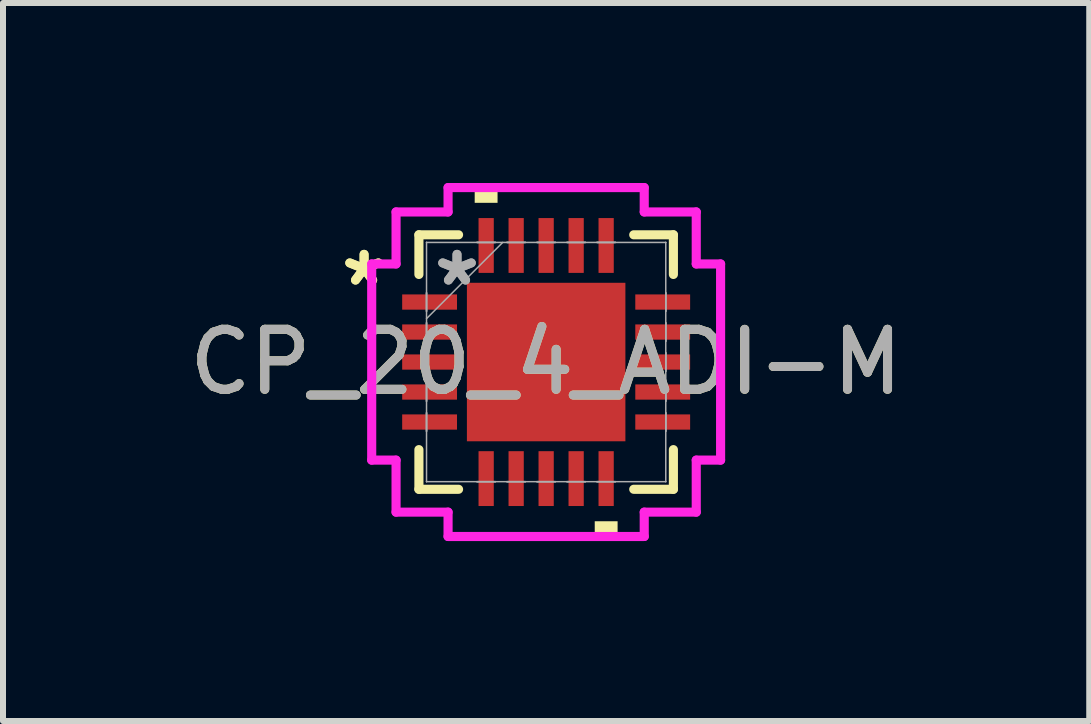
<source format=kicad_pcb>
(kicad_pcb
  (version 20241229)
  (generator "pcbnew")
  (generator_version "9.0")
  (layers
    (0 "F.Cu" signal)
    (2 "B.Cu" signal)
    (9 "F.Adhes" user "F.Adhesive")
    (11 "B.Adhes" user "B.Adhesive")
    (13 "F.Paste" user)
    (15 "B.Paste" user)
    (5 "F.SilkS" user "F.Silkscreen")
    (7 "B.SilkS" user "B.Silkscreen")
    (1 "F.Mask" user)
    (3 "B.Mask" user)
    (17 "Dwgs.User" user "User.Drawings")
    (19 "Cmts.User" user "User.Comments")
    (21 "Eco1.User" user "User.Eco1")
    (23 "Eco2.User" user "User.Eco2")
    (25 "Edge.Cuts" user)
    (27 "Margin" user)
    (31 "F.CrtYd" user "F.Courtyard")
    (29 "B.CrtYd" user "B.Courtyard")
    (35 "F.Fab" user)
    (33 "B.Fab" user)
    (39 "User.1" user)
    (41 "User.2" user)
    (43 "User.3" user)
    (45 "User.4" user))
  (footprint "CP_20_4_ADI-M"
    (layer "F.Cu")
    (at 6.054 2.985)
    (property "Reference" "CP_20_4_ADI-M" (at 0 0 0) (unlocked yes) (layer "F.SilkS") (effects (font (size 1 1) (thickness 0.15))))
    (attr smd)
    (fp_line (start -2.121 -2.121) (end -2.121 -1.46) (stroke (width 0.152) (type solid)) (layer "F.SilkS"))
    (fp_line (start -2.121 1.46) (end -2.121 2.121) (stroke (width 0.152) (type solid)) (layer "F.SilkS"))
    (fp_line (start -2.121 2.121) (end -1.46 2.121) (stroke (width 0.152) (type solid)) (layer "F.SilkS"))
    (fp_line (start -1.46 -2.121) (end -2.121 -2.121) (stroke (width 0.152) (type solid)) (layer "F.SilkS"))
    (fp_line (start 1.46 2.121) (end 2.121 2.121) (stroke (width 0.152) (type solid)) (layer "F.SilkS"))
    (fp_line (start 2.121 -2.121) (end 1.46 -2.121) (stroke (width 0.152) (type solid)) (layer "F.SilkS"))
    (fp_line (start 2.121 -1.46) (end 2.121 -2.121) (stroke (width 0.152) (type solid)) (layer "F.SilkS"))
    (fp_line (start 2.121 2.121) (end 2.121 1.46) (stroke (width 0.152) (type solid)) (layer "F.SilkS"))
    (fp_poly (pts (xy -1.191 -2.654) (xy -1.191 -2.908) (xy -0.81 -2.908) (xy -0.81 -2.654)) (stroke (width 0) (type solid)) (fill yes) (layer "F.SilkS"))
    (fp_poly (pts (xy 0.81 2.654) (xy 0.81 2.908) (xy 1.191 2.908) (xy 1.191 2.654)) (stroke (width 0) (type solid)) (fill yes) (layer "F.SilkS"))
    (fp_poly (pts (xy -1.221 -1.221) (xy -1.221 -0.1) (xy -0.1 -0.1) (xy -0.1 -1.221)) (stroke (width 0) (type solid)) (fill yes) (layer "F.Paste"))
    (fp_poly (pts (xy -1.221 0.1) (xy -1.221 1.221) (xy -0.1 1.221) (xy -0.1 0.1)) (stroke (width 0) (type solid)) (fill yes) (layer "F.Paste"))
    (fp_poly (pts (xy 0.1 -1.221) (xy 0.1 -0.1) (xy 1.221 -0.1) (xy 1.221 -1.221)) (stroke (width 0) (type solid)) (fill yes) (layer "F.Paste"))
    (fp_poly (pts (xy 0.1 0.1) (xy 0.1 1.221) (xy 1.221 1.221) (xy 1.221 0.1)) (stroke (width 0) (type solid)) (fill yes) (layer "F.Paste"))
    (fp_line (start -2.908 -1.635) (end -2.502 -1.635) (stroke (width 0.152) (type solid)) (layer "F.CrtYd"))
    (fp_line (start -2.908 1.635) (end -2.908 -1.635) (stroke (width 0.152) (type solid)) (layer "F.CrtYd"))
    (fp_line (start -2.502 -2.502) (end -1.635 -2.502) (stroke (width 0.152) (type solid)) (layer "F.CrtYd"))
    (fp_line (start -2.502 -1.635) (end -2.502 -2.502) (stroke (width 0.152) (type solid)) (layer "F.CrtYd"))
    (fp_line (start -2.502 1.635) (end -2.908 1.635) (stroke (width 0.152) (type solid)) (layer "F.CrtYd"))
    (fp_line (start -2.502 2.502) (end -2.502 1.635) (stroke (width 0.152) (type solid)) (layer "F.CrtYd"))
    (fp_line (start -1.635 -2.908) (end 1.635 -2.908) (stroke (width 0.152) (type solid)) (layer "F.CrtYd"))
    (fp_line (start -1.635 -2.502) (end -1.635 -2.908) (stroke (width 0.152) (type solid)) (layer "F.CrtYd"))
    (fp_line (start -1.635 2.502) (end -2.502 2.502) (stroke (width 0.152) (type solid)) (layer "F.CrtYd"))
    (fp_line (start -1.635 2.908) (end -1.635 2.502) (stroke (width 0.152) (type solid)) (layer "F.CrtYd"))
    (fp_line (start 1.635 -2.908) (end 1.635 -2.502) (stroke (width 0.152) (type solid)) (layer "F.CrtYd"))
    (fp_line (start 1.635 -2.502) (end 2.502 -2.502) (stroke (width 0.152) (type solid)) (layer "F.CrtYd"))
    (fp_line (start 1.635 2.502) (end 1.635 2.908) (stroke (width 0.152) (type solid)) (layer "F.CrtYd"))
    (fp_line (start 1.635 2.908) (end -1.635 2.908) (stroke (width 0.152) (type solid)) (layer "F.CrtYd"))
    (fp_line (start 2.502 -2.502) (end 2.502 -1.635) (stroke (width 0.152) (type solid)) (layer "F.CrtYd"))
    (fp_line (start 2.502 -1.635) (end 2.908 -1.635) (stroke (width 0.152) (type solid)) (layer "F.CrtYd"))
    (fp_line (start 2.502 1.635) (end 2.502 2.502) (stroke (width 0.152) (type solid)) (layer "F.CrtYd"))
    (fp_line (start 2.502 2.502) (end 1.635 2.502) (stroke (width 0.152) (type solid)) (layer "F.CrtYd"))
    (fp_line (start 2.908 -1.635) (end 2.908 1.635) (stroke (width 0.152) (type solid)) (layer "F.CrtYd"))
    (fp_line (start 2.908 1.635) (end 2.502 1.635) (stroke (width 0.152) (type solid)) (layer "F.CrtYd"))
    (fp_line (start -1.994 -1.994) (end -1.994 -1.994) (stroke (width 0.025) (type solid)) (layer "F.Fab"))
    (fp_line (start -1.994 -1.994) (end -1.994 1.994) (stroke (width 0.025) (type solid)) (layer "F.Fab"))
    (fp_line (start -1.994 -1.152) (end -1.994 -1.152) (stroke (width 0.025) (type solid)) (layer "F.Fab"))
    (fp_line (start -1.994 -1.152) (end -1.994 -0.848) (stroke (width 0.025) (type solid)) (layer "F.Fab"))
    (fp_line (start -1.994 -0.848) (end -1.994 -1.152) (stroke (width 0.025) (type solid)) (layer "F.Fab"))
    (fp_line (start -1.994 -0.848) (end -1.994 -0.848) (stroke (width 0.025) (type solid)) (layer "F.Fab"))
    (fp_line (start -1.994 -0.724) (end -0.724 -1.994) (stroke (width 0.025) (type solid)) (layer "F.Fab"))
    (fp_line (start -1.994 -0.652) (end -1.994 -0.652) (stroke (width 0.025) (type solid)) (layer "F.Fab"))
    (fp_line (start -1.994 -0.652) (end -1.994 -0.348) (stroke (width 0.025) (type solid)) (layer "F.Fab"))
    (fp_line (start -1.994 -0.348) (end -1.994 -0.652) (stroke (width 0.025) (type solid)) (layer "F.Fab"))
    (fp_line (start -1.994 -0.348) (end -1.994 -0.348) (stroke (width 0.025) (type solid)) (layer "F.Fab"))
    (fp_line (start -1.994 -0.152) (end -1.994 -0.152) (stroke (width 0.025) (type solid)) (layer "F.Fab"))
    (fp_line (start -1.994 -0.152) (end -1.994 0.152) (stroke (width 0.025) (type solid)) (layer "F.Fab"))
    (fp_line (start -1.994 0.152) (end -1.994 -0.152) (stroke (width 0.025) (type solid)) (layer "F.Fab"))
    (fp_line (start -1.994 0.152) (end -1.994 0.152) (stroke (width 0.025) (type solid)) (layer "F.Fab"))
    (fp_line (start -1.994 0.348) (end -1.994 0.348) (stroke (width 0.025) (type solid)) (layer "F.Fab"))
    (fp_line (start -1.994 0.348) (end -1.994 0.652) (stroke (width 0.025) (type solid)) (layer "F.Fab"))
    (fp_line (start -1.994 0.652) (end -1.994 0.348) (stroke (width 0.025) (type solid)) (layer "F.Fab"))
    (fp_line (start -1.994 0.652) (end -1.994 0.652) (stroke (width 0.025) (type solid)) (layer "F.Fab"))
    (fp_line (start -1.994 0.848) (end -1.994 0.848) (stroke (width 0.025) (type solid)) (layer "F.Fab"))
    (fp_line (start -1.994 0.848) (end -1.994 1.152) (stroke (width 0.025) (type solid)) (layer "F.Fab"))
    (fp_line (start -1.994 1.152) (end -1.994 0.848) (stroke (width 0.025) (type solid)) (layer "F.Fab"))
    (fp_line (start -1.994 1.152) (end -1.994 1.152) (stroke (width 0.025) (type solid)) (layer "F.Fab"))
    (fp_line (start -1.994 1.994) (end -1.994 1.994) (stroke (width 0.025) (type solid)) (layer "F.Fab"))
    (fp_line (start -1.994 1.994) (end 1.994 1.994) (stroke (width 0.025) (type solid)) (layer "F.Fab"))
    (fp_line (start -1.152 -1.994) (end -1.152 -1.994) (stroke (width 0.025) (type solid)) (layer "F.Fab"))
    (fp_line (start -1.152 -1.994) (end -0.848 -1.994) (stroke (width 0.025) (type solid)) (layer "F.Fab"))
    (fp_line (start -1.152 1.994) (end -1.152 1.994) (stroke (width 0.025) (type solid)) (layer "F.Fab"))
    (fp_line (start -1.152 1.994) (end -0.848 1.994) (stroke (width 0.025) (type solid)) (layer "F.Fab"))
    (fp_line (start -0.848 -1.994) (end -1.152 -1.994) (stroke (width 0.025) (type solid)) (layer "F.Fab"))
    (fp_line (start -0.848 -1.994) (end -0.848 -1.994) (stroke (width 0.025) (type solid)) (layer "F.Fab"))
    (fp_line (start -0.848 1.994) (end -1.152 1.994) (stroke (width 0.025) (type solid)) (layer "F.Fab"))
    (fp_line (start -0.848 1.994) (end -0.848 1.994) (stroke (width 0.025) (type solid)) (layer "F.Fab"))
    (fp_line (start -0.652 -1.994) (end -0.652 -1.994) (stroke (width 0.025) (type solid)) (layer "F.Fab"))
    (fp_line (start -0.652 -1.994) (end -0.348 -1.994) (stroke (width 0.025) (type solid)) (layer "F.Fab"))
    (fp_line (start -0.652 1.994) (end -0.652 1.994) (stroke (width 0.025) (type solid)) (layer "F.Fab"))
    (fp_line (start -0.652 1.994) (end -0.348 1.994) (stroke (width 0.025) (type solid)) (layer "F.Fab"))
    (fp_line (start -0.348 -1.994) (end -0.652 -1.994) (stroke (width 0.025) (type solid)) (layer "F.Fab"))
    (fp_line (start -0.348 -1.994) (end -0.348 -1.994) (stroke (width 0.025) (type solid)) (layer "F.Fab"))
    (fp_line (start -0.348 1.994) (end -0.652 1.994) (stroke (width 0.025) (type solid)) (layer "F.Fab"))
    (fp_line (start -0.348 1.994) (end -0.348 1.994) (stroke (width 0.025) (type solid)) (layer "F.Fab"))
    (fp_line (start -0.152 -1.994) (end -0.152 -1.994) (stroke (width 0.025) (type solid)) (layer "F.Fab"))
    (fp_line (start -0.152 -1.994) (end 0.152 -1.994) (stroke (width 0.025) (type solid)) (layer "F.Fab"))
    (fp_line (start -0.152 1.994) (end -0.152 1.994) (stroke (width 0.025) (type solid)) (layer "F.Fab"))
    (fp_line (start -0.152 1.994) (end 0.152 1.994) (stroke (width 0.025) (type solid)) (layer "F.Fab"))
    (fp_line (start 0.152 -1.994) (end -0.152 -1.994) (stroke (width 0.025) (type solid)) (layer "F.Fab"))
    (fp_line (start 0.152 -1.994) (end 0.152 -1.994) (stroke (width 0.025) (type solid)) (layer "F.Fab"))
    (fp_line (start 0.152 1.994) (end -0.152 1.994) (stroke (width 0.025) (type solid)) (layer "F.Fab"))
    (fp_line (start 0.152 1.994) (end 0.152 1.994) (stroke (width 0.025) (type solid)) (layer "F.Fab"))
    (fp_line (start 0.348 -1.994) (end 0.348 -1.994) (stroke (width 0.025) (type solid)) (layer "F.Fab"))
    (fp_line (start 0.348 -1.994) (end 0.652 -1.994) (stroke (width 0.025) (type solid)) (layer "F.Fab"))
    (fp_line (start 0.348 1.994) (end 0.348 1.994) (stroke (width 0.025) (type solid)) (layer "F.Fab"))
    (fp_line (start 0.348 1.994) (end 0.652 1.994) (stroke (width 0.025) (type solid)) (layer "F.Fab"))
    (fp_line (start 0.652 -1.994) (end 0.348 -1.994) (stroke (width 0.025) (type solid)) (layer "F.Fab"))
    (fp_line (start 0.652 -1.994) (end 0.652 -1.994) (stroke (width 0.025) (type solid)) (layer "F.Fab"))
    (fp_line (start 0.652 1.994) (end 0.348 1.994) (stroke (width 0.025) (type solid)) (layer "F.Fab"))
    (fp_line (start 0.652 1.994) (end 0.652 1.994) (stroke (width 0.025) (type solid)) (layer "F.Fab"))
    (fp_line (start 0.848 -1.994) (end 0.848 -1.994) (stroke (width 0.025) (type solid)) (layer "F.Fab"))
    (fp_line (start 0.848 -1.994) (end 1.152 -1.994) (stroke (width 0.025) (type solid)) (layer "F.Fab"))
    (fp_line (start 0.848 1.994) (end 0.848 1.994) (stroke (width 0.025) (type solid)) (layer "F.Fab"))
    (fp_line (start 0.848 1.994) (end 1.152 1.994) (stroke (width 0.025) (type solid)) (layer "F.Fab"))
    (fp_line (start 1.152 -1.994) (end 0.848 -1.994) (stroke (width 0.025) (type solid)) (layer "F.Fab"))
    (fp_line (start 1.152 -1.994) (end 1.152 -1.994) (stroke (width 0.025) (type solid)) (layer "F.Fab"))
    (fp_line (start 1.152 1.994) (end 0.848 1.994) (stroke (width 0.025) (type solid)) (layer "F.Fab"))
    (fp_line (start 1.152 1.994) (end 1.152 1.994) (stroke (width 0.025) (type solid)) (layer "F.Fab"))
    (fp_line (start 1.994 -1.994) (end -1.994 -1.994) (stroke (width 0.025) (type solid)) (layer "F.Fab"))
    (fp_line (start 1.994 -1.994) (end 1.994 -1.994) (stroke (width 0.025) (type solid)) (layer "F.Fab"))
    (fp_line (start 1.994 -1.152) (end 1.994 -1.152) (stroke (width 0.025) (type solid)) (layer "F.Fab"))
    (fp_line (start 1.994 -1.152) (end 1.994 -0.848) (stroke (width 0.025) (type solid)) (layer "F.Fab"))
    (fp_line (start 1.994 -0.848) (end 1.994 -1.152) (stroke (width 0.025) (type solid)) (layer "F.Fab"))
    (fp_line (start 1.994 -0.848) (end 1.994 -0.848) (stroke (width 0.025) (type solid)) (layer "F.Fab"))
    (fp_line (start 1.994 -0.652) (end 1.994 -0.652) (stroke (width 0.025) (type solid)) (layer "F.Fab"))
    (fp_line (start 1.994 -0.652) (end 1.994 -0.348) (stroke (width 0.025) (type solid)) (layer "F.Fab"))
    (fp_line (start 1.994 -0.348) (end 1.994 -0.652) (stroke (width 0.025) (type solid)) (layer "F.Fab"))
    (fp_line (start 1.994 -0.348) (end 1.994 -0.348) (stroke (width 0.025) (type solid)) (layer "F.Fab"))
    (fp_line (start 1.994 -0.152) (end 1.994 -0.152) (stroke (width 0.025) (type solid)) (layer "F.Fab"))
    (fp_line (start 1.994 -0.152) (end 1.994 0.152) (stroke (width 0.025) (type solid)) (layer "F.Fab"))
    (fp_line (start 1.994 0.152) (end 1.994 -0.152) (stroke (width 0.025) (type solid)) (layer "F.Fab"))
    (fp_line (start 1.994 0.152) (end 1.994 0.152) (stroke (width 0.025) (type solid)) (layer "F.Fab"))
    (fp_line (start 1.994 0.348) (end 1.994 0.348) (stroke (width 0.025) (type solid)) (layer "F.Fab"))
    (fp_line (start 1.994 0.348) (end 1.994 0.652) (stroke (width 0.025) (type solid)) (layer "F.Fab"))
    (fp_line (start 1.994 0.652) (end 1.994 0.348) (stroke (width 0.025) (type solid)) (layer "F.Fab"))
    (fp_line (start 1.994 0.652) (end 1.994 0.652) (stroke (width 0.025) (type solid)) (layer "F.Fab"))
    (fp_line (start 1.994 0.848) (end 1.994 0.848) (stroke (width 0.025) (type solid)) (layer "F.Fab"))
    (fp_line (start 1.994 0.848) (end 1.994 1.152) (stroke (width 0.025) (type solid)) (layer "F.Fab"))
    (fp_line (start 1.994 1.152) (end 1.994 0.848) (stroke (width 0.025) (type solid)) (layer "F.Fab"))
    (fp_line (start 1.994 1.152) (end 1.994 1.152) (stroke (width 0.025) (type solid)) (layer "F.Fab"))
    (fp_line (start 1.994 1.994) (end 1.994 -1.994) (stroke (width 0.025) (type solid)) (layer "F.Fab"))
    (fp_line (start 1.994 1.994) (end 1.994 1.994) (stroke (width 0.025) (type solid)) (layer "F.Fab"))
    (fp_text user "*" (at -3.035 -1.25 0) (layer "F.SilkS") (effects (font (size 1 1) (thickness 0.15))))
    (fp_text user "*" (at -3.035 -1.25 0) (unlocked yes) (layer "F.SilkS") (effects (font (size 1 1) (thickness 0.15))))
    (fp_text user "*" (at -1.486 -1.25 0) (layer "F.Fab") (effects (font (size 1 1) (thickness 0.15))))
    (fp_text user "*" (at -1.486 -1.25 0) (unlocked yes) (layer "F.Fab") (effects (font (size 1 1) (thickness 0.15))))
    (fp_text user "${REFERENCE}" (at 0 0 0) (unlocked yes) (layer "F.Fab") (effects (font (size 1 1) (thickness 0.15))))
    (pad "1" smd rect (at -1.943 -1 90) (size 0.254 0.914) (layers "F.Cu" "F.Mask" "F.Paste"))
    (pad "2" smd rect (at -1.943 -0.5 90) (size 0.254 0.914) (layers "F.Cu" "F.Mask" "F.Paste"))
    (pad "3" smd rect (at -1.943 0 90) (size 0.254 0.914) (layers "F.Cu" "F.Mask" "F.Paste"))
    (pad "4" smd rect (at -1.943 0.5 90) (size 0.254 0.914) (layers "F.Cu" "F.Mask" "F.Paste"))
    (pad "5" smd rect (at -1.943 1 90) (size 0.254 0.914) (layers "F.Cu" "F.Mask" "F.Paste"))
    (pad "6" smd rect (at -1 1.943) (size 0.254 0.914) (layers "F.Cu" "F.Mask" "F.Paste"))
    (pad "7" smd rect (at -0.5 1.943) (size 0.254 0.914) (layers "F.Cu" "F.Mask" "F.Paste"))
    (pad "8" smd rect (at 0 1.943) (size 0.254 0.914) (layers "F.Cu" "F.Mask" "F.Paste"))
    (pad "9" smd rect (at 0.5 1.943) (size 0.254 0.914) (layers "F.Cu" "F.Mask" "F.Paste"))
    (pad "10" smd rect (at 1 1.943) (size 0.254 0.914) (layers "F.Cu" "F.Mask" "F.Paste"))
    (pad "11" smd rect (at 1.943 1 90) (size 0.254 0.914) (layers "F.Cu" "F.Mask" "F.Paste"))
    (pad "12" smd rect (at 1.943 0.5 90) (size 0.254 0.914) (layers "F.Cu" "F.Mask" "F.Paste"))
    (pad "13" smd rect (at 1.943 0 90) (size 0.254 0.914) (layers "F.Cu" "F.Mask" "F.Paste"))
    (pad "14" smd rect (at 1.943 -0.5 90) (size 0.254 0.914) (layers "F.Cu" "F.Mask" "F.Paste"))
    (pad "15" smd rect (at 1.943 -1 90) (size 0.254 0.914) (layers "F.Cu" "F.Mask" "F.Paste"))
    (pad "16" smd rect (at 1 -1.943) (size 0.254 0.914) (layers "F.Cu" "F.Mask" "F.Paste"))
    (pad "17" smd rect (at 0.5 -1.943) (size 0.254 0.914) (layers "F.Cu" "F.Mask" "F.Paste"))
    (pad "18" smd rect (at 0 -1.943) (size 0.254 0.914) (layers "F.Cu" "F.Mask" "F.Paste"))
    (pad "19" smd rect (at -0.5 -1.943) (size 0.254 0.914) (layers "F.Cu" "F.Mask" "F.Paste"))
    (pad "20" smd rect (at -1 -1.943) (size 0.254 0.914) (layers "F.Cu" "F.Mask" "F.Paste"))
    (pad "21" smd rect (at 0 0) (size 2.642 2.642) (layers "F.Cu" "F.Mask" "F.Paste")))
  (gr_rect
    (start -3 -3)
    (end 15.107 8.969)
    (stroke (width 0.1) (type default))
    (fill no)
    (layer "Edge.Cuts")))
</source>
